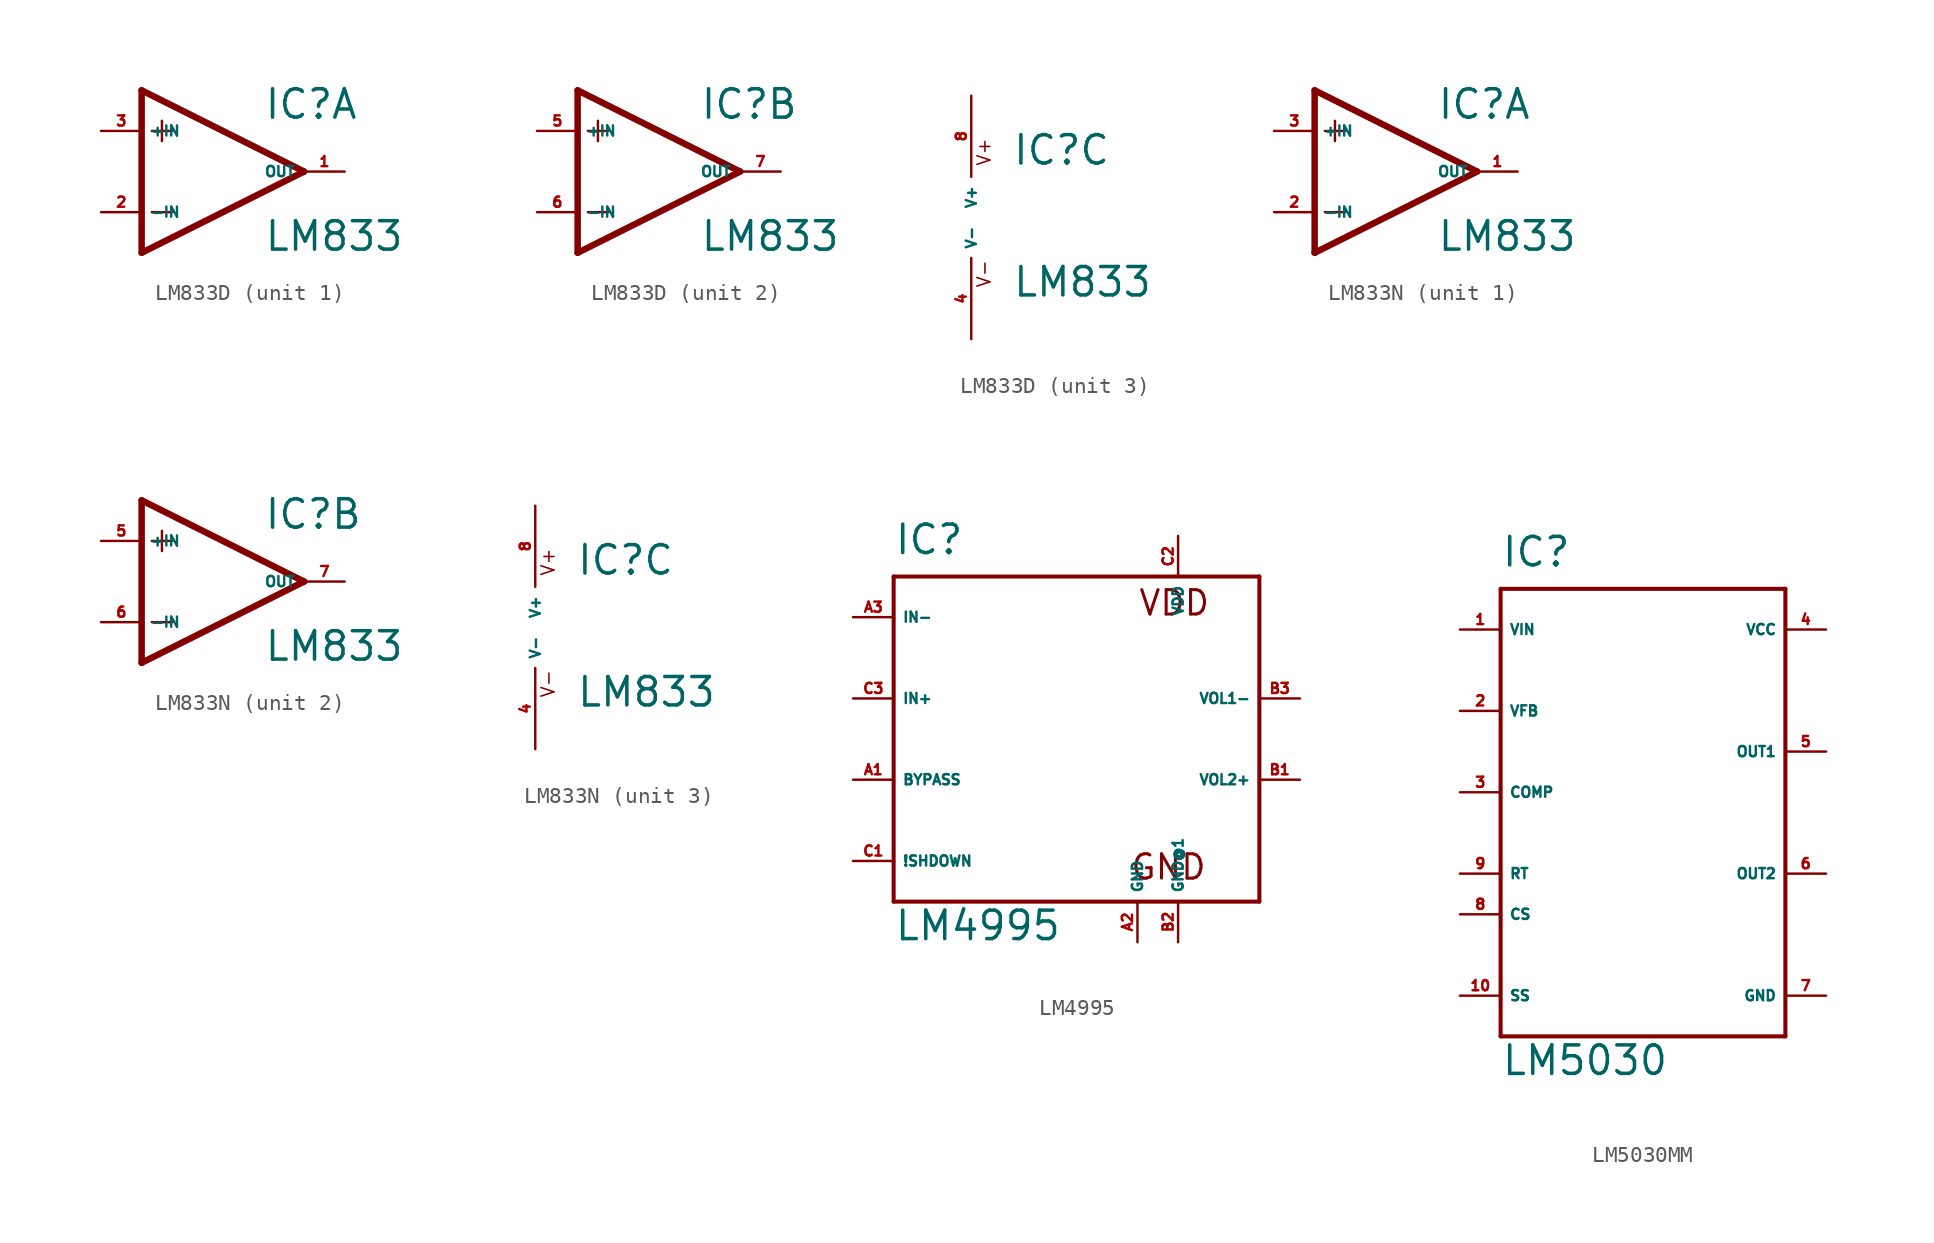
<source format=kicad_sym>
(kicad_symbol_lib
  (version 20220914)
  (generator Eagle2Kicad)
  (symbol "LM833D"
    (property "Reference" "IC"
      (at 2.54 3.175 0)
      (effects (font (size 1.778 1.778) (thickness 0.22)) (justify left bottom)))
    (property "Value" "LM833"
      (at 2.54 -5.08 0)
      (effects (font (size 1.778 1.778) (thickness 0.22)) (justify left bottom)))
    (symbol "LM833D_1_0"
      (polyline (pts (xy -5.08 5.08) (xy -5.08 -5.08)) (stroke (width 0.406) (type default)) (fill (type none)))
      (polyline (pts (xy -5.08 -5.08) (xy 5.08 0)) (stroke (width 0.406) (type default)) (fill (type none)))
      (polyline (pts (xy 5.08 0) (xy -5.08 5.08)) (stroke (width 0.406) (type default)) (fill (type none)))
      (polyline (pts (xy -3.81 3.175) (xy -3.81 1.905)) (stroke (width 0.152) (type default)) (fill (type none)))
      (polyline (pts (xy -4.445 2.54) (xy -3.175 2.54)) (stroke (width 0.152) (type default)) (fill (type none)))
      (polyline (pts (xy -4.445 -2.54) (xy -3.175 -2.54)) (stroke (width 0.152) (type default)) (fill (type none)))
      (pin input line (at -7.62 -2.54 0) (length 2.54) (name "-IN" (effects (font (size 0.635 0.635) (thickness 0.08)) (justify left bottom))) (number "2" (effects (font (size 0.635 0.635) (thickness 0.08)) (justify left bottom))))
      (pin input line (at -7.62 2.54 0) (length 2.54) (name "+IN" (effects (font (size 0.635 0.635) (thickness 0.08)) (justify left bottom))) (number "3" (effects (font (size 0.635 0.635) (thickness 0.08)) (justify left bottom))))
      (pin output line (at 7.62 0 180) (length 2.54) (name "OUT" (effects (font (size 0.635 0.635) (thickness 0.08)) (justify left bottom))) (number "1" (effects (font (size 0.635 0.635) (thickness 0.08)) (justify left bottom)))))
    (symbol "LM833D_2_0"
      (polyline (pts (xy -5.08 5.08) (xy -5.08 -5.08)) (stroke (width 0.406) (type default)) (fill (type none)))
      (polyline (pts (xy -5.08 -5.08) (xy 5.08 0)) (stroke (width 0.406) (type default)) (fill (type none)))
      (polyline (pts (xy 5.08 0) (xy -5.08 5.08)) (stroke (width 0.406) (type default)) (fill (type none)))
      (polyline (pts (xy -3.81 3.175) (xy -3.81 1.905)) (stroke (width 0.152) (type default)) (fill (type none)))
      (polyline (pts (xy -4.445 2.54) (xy -3.175 2.54)) (stroke (width 0.152) (type default)) (fill (type none)))
      (polyline (pts (xy -4.445 -2.54) (xy -3.175 -2.54)) (stroke (width 0.152) (type default)) (fill (type none)))
      (pin input line (at -7.62 -2.54 0) (length 2.54) (name "-IN" (effects (font (size 0.635 0.635) (thickness 0.08)) (justify left bottom))) (number "6" (effects (font (size 0.635 0.635) (thickness 0.08)) (justify left bottom))))
      (pin input line (at -7.62 2.54 0) (length 2.54) (name "+IN" (effects (font (size 0.635 0.635) (thickness 0.08)) (justify left bottom))) (number "5" (effects (font (size 0.635 0.635) (thickness 0.08)) (justify left bottom))))
      (pin output line (at 7.62 0 180) (length 2.54) (name "OUT" (effects (font (size 0.635 0.635) (thickness 0.08)) (justify left bottom))) (number "7" (effects (font (size 0.635 0.635) (thickness 0.08)) (justify left bottom)))))
    (symbol "LM833D_3_0"
      (text "V+" (at 1.27 3.175 900) (effects (font (size 0.813 0.813) (thickness 0.10)) (justify left bottom)))
      (text "V-" (at 1.27 -4.445 900) (effects (font (size 0.813 0.813) (thickness 0.10)) (justify left bottom)))
      (pin unspecified line (at 0 7.62 270) (length 5.08) (name "V+" (effects (font (size 0.635 0.635) (thickness 0.08)) (justify left bottom))) (number "8" (effects (font (size 0.635 0.635) (thickness 0.08)) (justify left bottom))))
      (pin unspecified line (at 0 -7.62 90) (length 5.08) (name "V-" (effects (font (size 0.635 0.635) (thickness 0.08)) (justify left bottom))) (number "4" (effects (font (size 0.635 0.635) (thickness 0.08)) (justify left bottom))))))
  (symbol "LM833N"
    (property "Reference" "IC"
      (at 2.54 3.175 0)
      (effects (font (size 1.778 1.778) (thickness 0.22)) (justify left bottom)))
    (property "Value" "LM833"
      (at 2.54 -5.08 0)
      (effects (font (size 1.778 1.778) (thickness 0.22)) (justify left bottom)))
    (symbol "LM833N_1_0"
      (polyline (pts (xy -5.08 5.08) (xy -5.08 -5.08)) (stroke (width 0.406) (type default)) (fill (type none)))
      (polyline (pts (xy -5.08 -5.08) (xy 5.08 0)) (stroke (width 0.406) (type default)) (fill (type none)))
      (polyline (pts (xy 5.08 0) (xy -5.08 5.08)) (stroke (width 0.406) (type default)) (fill (type none)))
      (polyline (pts (xy -3.81 3.175) (xy -3.81 1.905)) (stroke (width 0.152) (type default)) (fill (type none)))
      (polyline (pts (xy -4.445 2.54) (xy -3.175 2.54)) (stroke (width 0.152) (type default)) (fill (type none)))
      (polyline (pts (xy -4.445 -2.54) (xy -3.175 -2.54)) (stroke (width 0.152) (type default)) (fill (type none)))
      (pin input line (at -7.62 -2.54 0) (length 2.54) (name "-IN" (effects (font (size 0.635 0.635) (thickness 0.08)) (justify left bottom))) (number "2" (effects (font (size 0.635 0.635) (thickness 0.08)) (justify left bottom))))
      (pin input line (at -7.62 2.54 0) (length 2.54) (name "+IN" (effects (font (size 0.635 0.635) (thickness 0.08)) (justify left bottom))) (number "3" (effects (font (size 0.635 0.635) (thickness 0.08)) (justify left bottom))))
      (pin output line (at 7.62 0 180) (length 2.54) (name "OUT" (effects (font (size 0.635 0.635) (thickness 0.08)) (justify left bottom))) (number "1" (effects (font (size 0.635 0.635) (thickness 0.08)) (justify left bottom)))))
    (symbol "LM833N_2_0"
      (polyline (pts (xy -5.08 5.08) (xy -5.08 -5.08)) (stroke (width 0.406) (type default)) (fill (type none)))
      (polyline (pts (xy -5.08 -5.08) (xy 5.08 0)) (stroke (width 0.406) (type default)) (fill (type none)))
      (polyline (pts (xy 5.08 0) (xy -5.08 5.08)) (stroke (width 0.406) (type default)) (fill (type none)))
      (polyline (pts (xy -3.81 3.175) (xy -3.81 1.905)) (stroke (width 0.152) (type default)) (fill (type none)))
      (polyline (pts (xy -4.445 2.54) (xy -3.175 2.54)) (stroke (width 0.152) (type default)) (fill (type none)))
      (polyline (pts (xy -4.445 -2.54) (xy -3.175 -2.54)) (stroke (width 0.152) (type default)) (fill (type none)))
      (pin input line (at -7.62 -2.54 0) (length 2.54) (name "-IN" (effects (font (size 0.635 0.635) (thickness 0.08)) (justify left bottom))) (number "6" (effects (font (size 0.635 0.635) (thickness 0.08)) (justify left bottom))))
      (pin input line (at -7.62 2.54 0) (length 2.54) (name "+IN" (effects (font (size 0.635 0.635) (thickness 0.08)) (justify left bottom))) (number "5" (effects (font (size 0.635 0.635) (thickness 0.08)) (justify left bottom))))
      (pin output line (at 7.62 0 180) (length 2.54) (name "OUT" (effects (font (size 0.635 0.635) (thickness 0.08)) (justify left bottom))) (number "7" (effects (font (size 0.635 0.635) (thickness 0.08)) (justify left bottom)))))
    (symbol "LM833N_3_0"
      (text "V+" (at 1.27 3.175 900) (effects (font (size 0.813 0.813) (thickness 0.10)) (justify left bottom)))
      (text "V-" (at 1.27 -4.445 900) (effects (font (size 0.813 0.813) (thickness 0.10)) (justify left bottom)))
      (pin unspecified line (at 0 7.62 270) (length 5.08) (name "V+" (effects (font (size 0.635 0.635) (thickness 0.08)) (justify left bottom))) (number "8" (effects (font (size 0.635 0.635) (thickness 0.08)) (justify left bottom))))
      (pin unspecified line (at 0 -7.62 90) (length 5.08) (name "V-" (effects (font (size 0.635 0.635) (thickness 0.08)) (justify left bottom))) (number "4" (effects (font (size 0.635 0.635) (thickness 0.08)) (justify left bottom))))))
  (symbol "LM4995"
    (property "Reference" "IC"
      (at -2.54 11.43 0)
      (effects (font (size 1.778 1.778) (thickness 0.22)) (justify left bottom)))
    (property "Value" "LM4995"
      (at -2.54 -12.7 0)
      (effects (font (size 1.778 1.778) (thickness 0.22)) (justify left bottom)))
    (polyline
      (pts (xy -2.54 10.16) (xy 20.32 10.16))
      (stroke (width 0.254) (type default))
      (fill (type none)))
    (polyline
      (pts (xy 20.32 10.16) (xy 20.32 -10.16))
      (stroke (width 0.254) (type default))
      (fill (type none)))
    (polyline
      (pts (xy 20.32 -10.16) (xy -2.54 -10.16))
      (stroke (width 0.254) (type default))
      (fill (type none)))
    (polyline
      (pts (xy -2.54 -10.16) (xy -2.54 10.16))
      (stroke (width 0.254) (type default))
      (fill (type none)))
    (text "VDD"
      (at 12.7 7.62 0)
      (effects (font (size 1.524 1.524) (thickness 0.19)) (justify left bottom)))
    (text "GND"
      (at 12.192 -8.89 0)
      (effects (font (size 1.524 1.524) (thickness 0.19)) (justify left bottom)))
    (pin input line
      (at -5.08 2.54 0)
      (length 2.54)
      (name "IN+" (effects (font (size 0.635 0.635) (thickness 0.08)) (justify left bottom)))
      (number "C3" (effects (font (size 0.635 0.635) (thickness 0.08)) (justify left bottom))))
    (pin input line
      (at -5.08 7.62 0)
      (length 2.54)
      (name "IN-" (effects (font (size 0.635 0.635) (thickness 0.08)) (justify left bottom)))
      (number "A3" (effects (font (size 0.635 0.635) (thickness 0.08)) (justify left bottom))))
    (pin input line
      (at -5.08 -7.62 0)
      (length 2.54)
      (name "!SHDOWN" (effects (font (size 0.635 0.635) (thickness 0.08)) (justify left bottom)))
      (number "C1" (effects (font (size 0.635 0.635) (thickness 0.08)) (justify left bottom))))
    (pin passive line
      (at -5.08 -2.54 0)
      (length 2.54)
      (name "BYPASS" (effects (font (size 0.635 0.635) (thickness 0.08)) (justify left bottom)))
      (number "A1" (effects (font (size 0.635 0.635) (thickness 0.08)) (justify left bottom))))
    (pin unspecified line
      (at 15.24 12.7 270)
      (length 2.54)
      (name "VDD" (effects (font (size 0.635 0.635) (thickness 0.08)) (justify left bottom)))
      (number "C2" (effects (font (size 0.635 0.635) (thickness 0.08)) (justify left bottom))))
    (pin unspecified line
      (at 12.7 -12.7 90)
      (length 2.54)
      (name "GND" (effects (font (size 0.635 0.635) (thickness 0.08)) (justify left bottom)))
      (number "A2" (effects (font (size 0.635 0.635) (thickness 0.08)) (justify left bottom))))
    (pin output line
      (at 22.86 2.54 180)
      (length 2.54)
      (name "VOL1-" (effects (font (size 0.635 0.635) (thickness 0.08)) (justify left bottom)))
      (number "B3" (effects (font (size 0.635 0.635) (thickness 0.08)) (justify left bottom))))
    (pin output line
      (at 22.86 -2.54 180)
      (length 2.54)
      (name "VOL2+" (effects (font (size 0.635 0.635) (thickness 0.08)) (justify left bottom)))
      (number "B1" (effects (font (size 0.635 0.635) (thickness 0.08)) (justify left bottom))))
    (pin unspecified line
      (at 15.24 -12.7 90)
      (length 2.54)
      (name "GND@1" (effects (font (size 0.635 0.635) (thickness 0.08)) (justify left bottom)))
      (number "B2" (effects (font (size 0.635 0.635) (thickness 0.08)) (justify left bottom)))))
  (symbol "LM5030MM"
    (property "Reference" "IC"
      (at -7.62 16.51 0)
      (effects (font (size 1.778 1.778) (thickness 0.22)) (justify left bottom)))
    (property "Value" "LM5030"
      (at -7.62 -15.24 0)
      (effects (font (size 1.778 1.778) (thickness 0.22)) (justify left bottom)))
    (polyline
      (pts (xy -7.62 15.24) (xy 10.16 15.24))
      (stroke (width 0.254) (type default))
      (fill (type none)))
    (polyline
      (pts (xy 10.16 15.24) (xy 10.16 -12.7))
      (stroke (width 0.254) (type default))
      (fill (type none)))
    (polyline
      (pts (xy 10.16 -12.7) (xy -7.62 -12.7))
      (stroke (width 0.254) (type default))
      (fill (type none)))
    (polyline
      (pts (xy -7.62 -12.7) (xy -7.62 15.24))
      (stroke (width 0.254) (type default))
      (fill (type none)))
    (pin input line
      (at -10.16 12.7 0)
      (length 2.54)
      (name "VIN" (effects (font (size 0.635 0.635) (thickness 0.08)) (justify left bottom)))
      (number "1" (effects (font (size 0.635 0.635) (thickness 0.08)) (justify left bottom))))
    (pin input line
      (at -10.16 7.62 0)
      (length 2.54)
      (name "VFB" (effects (font (size 0.635 0.635) (thickness 0.08)) (justify left bottom)))
      (number "2" (effects (font (size 0.635 0.635) (thickness 0.08)) (justify left bottom))))
    (pin output line
      (at -10.16 2.54 0)
      (length 2.54)
      (name "COMP" (effects (font (size 0.635 0.635) (thickness 0.08)) (justify left bottom)))
      (number "3" (effects (font (size 0.635 0.635) (thickness 0.08)) (justify left bottom))))
    (pin input line
      (at -10.16 -10.16 0)
      (length 2.54)
      (name "SS" (effects (font (size 0.635 0.635) (thickness 0.08)) (justify left bottom)))
      (number "10" (effects (font (size 0.635 0.635) (thickness 0.08)) (justify left bottom))))
    (pin input line
      (at -10.16 -2.54 0)
      (length 2.54)
      (name "RT" (effects (font (size 0.635 0.635) (thickness 0.08)) (justify left bottom)))
      (number "9" (effects (font (size 0.635 0.635) (thickness 0.08)) (justify left bottom))))
    (pin passive line
      (at -10.16 -5.08 0)
      (length 2.54)
      (name "CS" (effects (font (size 0.635 0.635) (thickness 0.08)) (justify left bottom)))
      (number "8" (effects (font (size 0.635 0.635) (thickness 0.08)) (justify left bottom))))
    (pin output line
      (at 12.7 5.08 180)
      (length 2.54)
      (name "OUT1" (effects (font (size 0.635 0.635) (thickness 0.08)) (justify left bottom)))
      (number "5" (effects (font (size 0.635 0.635) (thickness 0.08)) (justify left bottom))))
    (pin output line
      (at 12.7 -2.54 180)
      (length 2.54)
      (name "OUT2" (effects (font (size 0.635 0.635) (thickness 0.08)) (justify left bottom)))
      (number "6" (effects (font (size 0.635 0.635) (thickness 0.08)) (justify left bottom))))
    (pin unspecified line
      (at 12.7 12.7 180)
      (length 2.54)
      (name "VCC" (effects (font (size 0.635 0.635) (thickness 0.08)) (justify left bottom)))
      (number "4" (effects (font (size 0.635 0.635) (thickness 0.08)) (justify left bottom))))
    (pin unspecified line
      (at 12.7 -10.16 180)
      (length 2.54)
      (name "GND" (effects (font (size 0.635 0.635) (thickness 0.08)) (justify left bottom)))
      (number "7" (effects (font (size 0.635 0.635) (thickness 0.08)) (justify left bottom))))))
</source>
